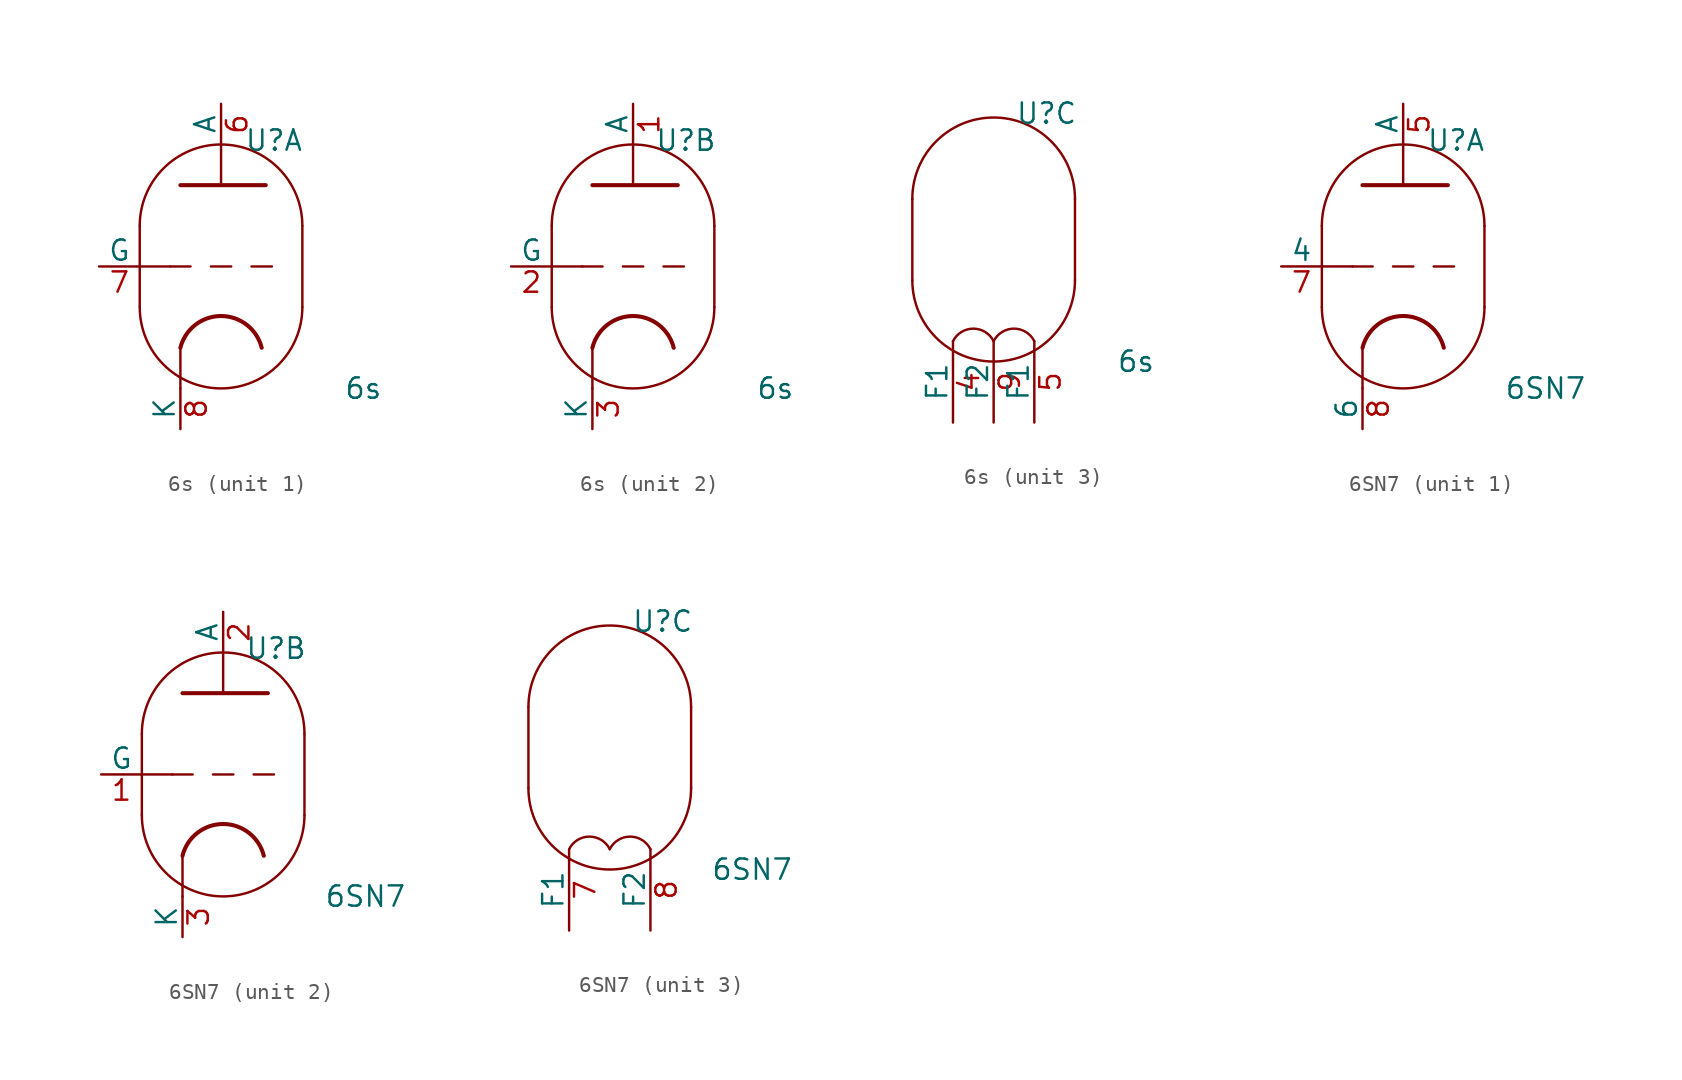
<source format=kicad_sym>
(kicad_symbol_lib
  (version 20211014)
  (generator kicad_symbol_editor)
  (symbol "6s"
    (pin_names
      (offset 0))
    (property "Reference" "U"
      (at 3.302 7.874 0)
      (effects (font (size 1.27 1.27))))
    (property "Value" "6s"
      (at 8.89 -7.62 0)
      (effects (font (size 1.27 1.27))))
    (property "ki_locked" ""
      (at 0 0 0)
      (effects (font (size 1.27 1.27))))
    (symbol "6s_0_1"
      (arc (start -5.08 -2.54) (mid 0 -7.62) (end 5.08 -2.54) (stroke (width 0) (type default) (color 0 0 0 0)) (fill (type none)))
      (polyline (pts (xy 5.08 2.54) (xy 5.08 -2.54)) (stroke (width 0) (type default) (color 0 0 0 0)) (fill (type none)))
      (polyline (pts (xy -5.08 2.54) (xy -5.08 -2.54) (xy -5.08 -2.54)) (stroke (width 0) (type default) (color 0 0 0 0)) (fill (type none)))
      (arc (start 5.08 2.54) (mid 0 7.62) (end -5.08 2.54) (stroke (width 0) (type default) (color 0 0 0 0)) (fill (type none))))
    (symbol "6s_1_0"
      (polyline (pts (xy -2.54 -5.08) (xy -2.54 -7.62)) (stroke (width 0) (type default) (color 0 0 0 0)) (fill (type none)))
      (polyline (pts (xy 0 5.08) (xy 0 7.62)) (stroke (width 0) (type default) (color 0 0 0 0)) (fill (type none))))
    (symbol "6s_1_1"
      (polyline (pts (xy -5.08 0) (xy -3.175 0)) (stroke (width 0) (type default) (color 0 0 0 0)) (fill (type none)))
      (polyline (pts (xy -1.905 0) (xy -3.175 0)) (stroke (width 0.152) (type default) (color 0 0 0 0)) (fill (type none)))
      (polyline (pts (xy -0.635 0) (xy 0.635 0)) (stroke (width 0.152) (type default) (color 0 0 0 0)) (fill (type none)))
      (polyline (pts (xy 1.905 0) (xy 3.175 0)) (stroke (width 0.152) (type default) (color 0 0 0 0)) (fill (type none)))
      (polyline (pts (xy -2.54 5.08) (xy 2.794 5.08) (xy 2.794 5.08)) (stroke (width 0.254) (type default) (color 0 0 0 0)) (fill (type none)))
      (arc (start 2.54 -5.08) (mid 0 -3.0968) (end -2.54 -5.08) (stroke (width 0.254) (type default) (color 0 0 0 0)) (fill (type none)))
      (pin output line (at 0 10.16 270) (length 2.54) (name "A" (effects (font (size 1.27 1.27)))) (number "6" (effects (font (size 1.27 1.27)))))
      (pin input line (at -7.62 0 0) (length 2.54) (name "G" (effects (font (size 1.27 1.27)))) (number "7" (effects (font (size 1.27 1.27)))))
      (pin bidirectional line (at -2.54 -10.16 90) (length 2.54) (name "K" (effects (font (size 1.27 1.27)))) (number "8" (effects (font (size 1.27 1.27))))))
    (symbol "6s_2_0"
      (polyline (pts (xy -2.54 -5.08) (xy -2.54 -7.62)) (stroke (width 0) (type default) (color 0 0 0 0)) (fill (type none)))
      (polyline (pts (xy 0 5.08) (xy 0 7.62)) (stroke (width 0) (type default) (color 0 0 0 0)) (fill (type none))))
    (symbol "6s_2_1"
      (polyline (pts (xy -5.08 0) (xy -3.175 0)) (stroke (width 0) (type default) (color 0 0 0 0)) (fill (type none)))
      (polyline (pts (xy -1.905 0) (xy -3.175 0)) (stroke (width 0.152) (type default) (color 0 0 0 0)) (fill (type none)))
      (polyline (pts (xy -0.635 0) (xy 0.635 0)) (stroke (width 0.152) (type default) (color 0 0 0 0)) (fill (type none)))
      (polyline (pts (xy 1.905 0) (xy 3.175 0)) (stroke (width 0.152) (type default) (color 0 0 0 0)) (fill (type none)))
      (polyline (pts (xy -2.54 5.08) (xy 2.794 5.08) (xy 2.794 5.08)) (stroke (width 0.254) (type default) (color 0 0 0 0)) (fill (type none)))
      (arc (start 2.54 -5.08) (mid 0 -3.0968) (end -2.54 -5.08) (stroke (width 0.254) (type default) (color 0 0 0 0)) (fill (type none)))
      (pin output line (at 0 10.16 270) (length 2.54) (name "A" (effects (font (size 1.27 1.27)))) (number "1" (effects (font (size 1.27 1.27)))))
      (pin input line (at -7.62 0 0) (length 2.54) (name "G" (effects (font (size 1.27 1.27)))) (number "2" (effects (font (size 1.27 1.27)))))
      (pin bidirectional line (at -2.54 -10.16 90) (length 2.54) (name "K" (effects (font (size 1.27 1.27)))) (number "3" (effects (font (size 1.27 1.27))))))
    (symbol "6s_3_1"
      (arc (start 0 -6.35) (mid -1.27 -5.5651) (end -2.54 -6.35) (stroke (width 0) (type default) (color 0 0 0 0)) (fill (type none)))
      (arc (start 2.54 -6.35) (mid 1.27 -5.5651) (end 0 -6.35) (stroke (width 0) (type default) (color 0 0 0 0)) (fill (type none)))
      (pin power_in line (at -2.54 -11.43 90) (length 5.08) (name "F1" (effects (font (size 1.27 1.27)))) (number "4" (effects (font (size 1.27 1.27)))))
      (pin power_in line (at 2.54 -11.43 90) (length 5.08) (name "F1" (effects (font (size 1.27 1.27)))) (number "5" (effects (font (size 1.27 1.27)))))
      (pin power_in line (at 0 -11.43 90) (length 5.08) (name "F2" (effects (font (size 1.27 1.27)))) (number "9" (effects (font (size 1.27 1.27)))))))
  (symbol "6SN7"
    (pin_names
      (offset 0))
    (property "Reference" "U"
      (at 3.302 7.874 0)
      (effects (font (size 1.27 1.27))))
    (property "Value" "6SN7"
      (at 8.89 -7.62 0)
      (effects (font (size 1.27 1.27))))
    (property "ki_locked" ""
      (at 0 0 0)
      (effects (font (size 1.27 1.27))))
    (symbol "6SN7_0_1"
      (arc (start -5.08 -2.54) (mid 0 -7.62) (end 5.08 -2.54) (stroke (width 0) (type default) (color 0 0 0 0)) (fill (type none)))
      (polyline (pts (xy 5.08 2.54) (xy 5.08 -2.54)) (stroke (width 0) (type default) (color 0 0 0 0)) (fill (type none)))
      (polyline (pts (xy -5.08 2.54) (xy -5.08 -2.54) (xy -5.08 -2.54)) (stroke (width 0) (type default) (color 0 0 0 0)) (fill (type none)))
      (arc (start 5.08 2.54) (mid 0 7.62) (end -5.08 2.54) (stroke (width 0) (type default) (color 0 0 0 0)) (fill (type none))))
    (symbol "6SN7_1_0"
      (polyline (pts (xy -2.54 -5.08) (xy -2.54 -7.62)) (stroke (width 0) (type default) (color 0 0 0 0)) (fill (type none)))
      (polyline (pts (xy 0 5.08) (xy 0 7.62)) (stroke (width 0) (type default) (color 0 0 0 0)) (fill (type none))))
    (symbol "6SN7_1_1"
      (polyline (pts (xy -5.08 0) (xy -3.175 0)) (stroke (width 0) (type default) (color 0 0 0 0)) (fill (type none)))
      (polyline (pts (xy -1.905 0) (xy -3.175 0)) (stroke (width 0.152) (type default) (color 0 0 0 0)) (fill (type none)))
      (polyline (pts (xy -0.635 0) (xy 0.635 0)) (stroke (width 0.152) (type default) (color 0 0 0 0)) (fill (type none)))
      (polyline (pts (xy 1.905 0) (xy 3.175 0)) (stroke (width 0.152) (type default) (color 0 0 0 0)) (fill (type none)))
      (polyline (pts (xy -2.54 5.08) (xy 2.794 5.08) (xy 2.794 5.08)) (stroke (width 0.254) (type default) (color 0 0 0 0)) (fill (type none)))
      (arc (start 2.54 -5.08) (mid 0 -3.0968) (end -2.54 -5.08) (stroke (width 0.254) (type default) (color 0 0 0 0)) (fill (type none)))
      (pin output line (at 0 10.16 270) (length 2.54) (name "A" (effects (font (size 1.27 1.27)))) (number "5" (effects (font (size 1.27 1.27)))))
      (pin input line (at -7.62 0 0) (length 2.54) (name "4" (effects (font (size 1.27 1.27)))) (number "7" (effects (font (size 1.27 1.27)))))
      (pin bidirectional line (at -2.54 -10.16 90) (length 2.54) (name "6" (effects (font (size 1.27 1.27)))) (number "8" (effects (font (size 1.27 1.27))))))
    (symbol "6SN7_2_0"
      (polyline (pts (xy -2.54 -5.08) (xy -2.54 -7.62)) (stroke (width 0) (type default) (color 0 0 0 0)) (fill (type none)))
      (polyline (pts (xy 0 5.08) (xy 0 7.62)) (stroke (width 0) (type default) (color 0 0 0 0)) (fill (type none))))
    (symbol "6SN7_2_1"
      (polyline (pts (xy -5.08 0) (xy -3.175 0)) (stroke (width 0) (type default) (color 0 0 0 0)) (fill (type none)))
      (polyline (pts (xy -1.905 0) (xy -3.175 0)) (stroke (width 0.152) (type default) (color 0 0 0 0)) (fill (type none)))
      (polyline (pts (xy -0.635 0) (xy 0.635 0)) (stroke (width 0.152) (type default) (color 0 0 0 0)) (fill (type none)))
      (polyline (pts (xy 1.905 0) (xy 3.175 0)) (stroke (width 0.152) (type default) (color 0 0 0 0)) (fill (type none)))
      (polyline (pts (xy -2.54 5.08) (xy 2.794 5.08) (xy 2.794 5.08)) (stroke (width 0.254) (type default) (color 0 0 0 0)) (fill (type none)))
      (arc (start 2.54 -5.08) (mid 0 -3.0968) (end -2.54 -5.08) (stroke (width 0.254) (type default) (color 0 0 0 0)) (fill (type none)))
      (pin input line (at -7.62 0 0) (length 2.54) (name "G" (effects (font (size 1.27 1.27)))) (number "1" (effects (font (size 1.27 1.27)))))
      (pin output line (at 0 10.16 270) (length 2.54) (name "A" (effects (font (size 1.27 1.27)))) (number "2" (effects (font (size 1.27 1.27)))))
      (pin bidirectional line (at -2.54 -10.16 90) (length 2.54) (name "K" (effects (font (size 1.27 1.27)))) (number "3" (effects (font (size 1.27 1.27))))))
    (symbol "6SN7_3_1"
      (arc (start 0 -6.35) (mid -1.27 -5.5651) (end -2.54 -6.35) (stroke (width 0) (type default) (color 0 0 0 0)) (fill (type none)))
      (arc (start 2.54 -6.35) (mid 1.27 -5.5651) (end 0 -6.35) (stroke (width 0) (type default) (color 0 0 0 0)) (fill (type none)))
      (pin power_in line (at -2.54 -11.43 90) (length 5.08) (name "F1" (effects (font (size 1.27 1.27)))) (number "7" (effects (font (size 1.27 1.27)))))
      (pin power_in line (at 2.54 -11.43 90) (length 5.08) (name "F2" (effects (font (size 1.27 1.27)))) (number "8" (effects (font (size 1.27 1.27))))))))
</source>
